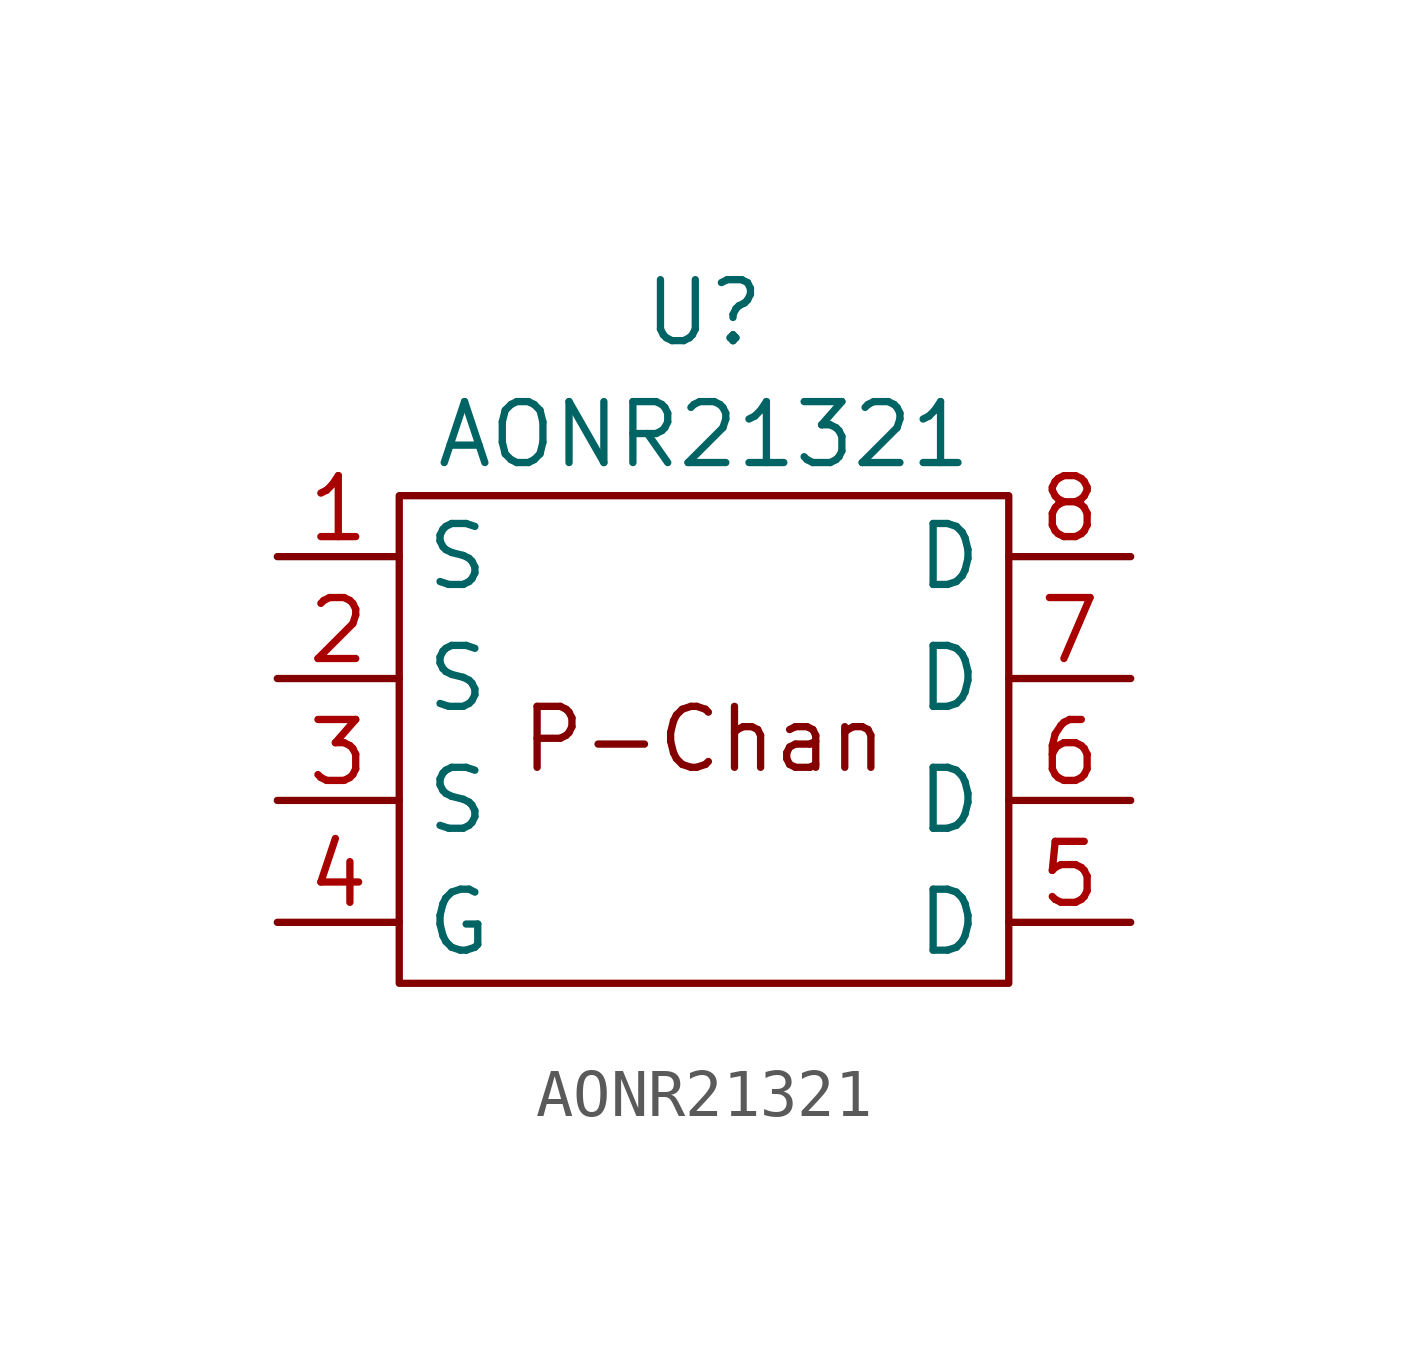
<source format=kicad_sym>
(kicad_symbol_lib
  (version 20211014)
  (generator kicad_symbol_editor)
  (symbol "AONR21321"
    (property "Reference" "U"
      (at 0 3.81 0)
      (effects (font (size 1.27 1.27))))
    (property "Value" "AONR21321"
      (at 0 1.27 0)
      (effects (font (size 1.27 1.27))))
    (symbol "AONR21321_0_0"
      (rectangle (start 6.35 0) (end -6.35 -10.16) (stroke (width 0) (type default) (color 0 0 0 0)) (fill (type none)))
      (text "P-Chan" (at 0 -5.08 0) (effects (font (size 1.27 1.27)))))
    (symbol "AONR21321_1_1"
      (pin free line (at -8.89 -1.27 0) (length 2.54) (name "S" (effects (font (size 1.27 1.27)))) (number "1" (effects (font (size 1.27 1.27)))))
      (pin free line (at -8.89 -3.81 0) (length 2.54) (name "S" (effects (font (size 1.27 1.27)))) (number "2" (effects (font (size 1.27 1.27)))))
      (pin free line (at -8.89 -6.35 0) (length 2.54) (name "S" (effects (font (size 1.27 1.27)))) (number "3" (effects (font (size 1.27 1.27)))))
      (pin free line (at -8.89 -8.89 0) (length 2.54) (name "G" (effects (font (size 1.27 1.27)))) (number "4" (effects (font (size 1.27 1.27)))))
      (pin free line (at 8.89 -8.89 180) (length 2.54) (name "D" (effects (font (size 1.27 1.27)))) (number "5" (effects (font (size 1.27 1.27)))))
      (pin free line (at 8.89 -6.35 180) (length 2.54) (name "D" (effects (font (size 1.27 1.27)))) (number "6" (effects (font (size 1.27 1.27)))))
      (pin free line (at 8.89 -3.81 180) (length 2.54) (name "D" (effects (font (size 1.27 1.27)))) (number "7" (effects (font (size 1.27 1.27)))))
      (pin free line (at 8.89 -1.27 180) (length 2.54) (name "D" (effects (font (size 1.27 1.27)))) (number "8" (effects (font (size 1.27 1.27))))))))
</source>
